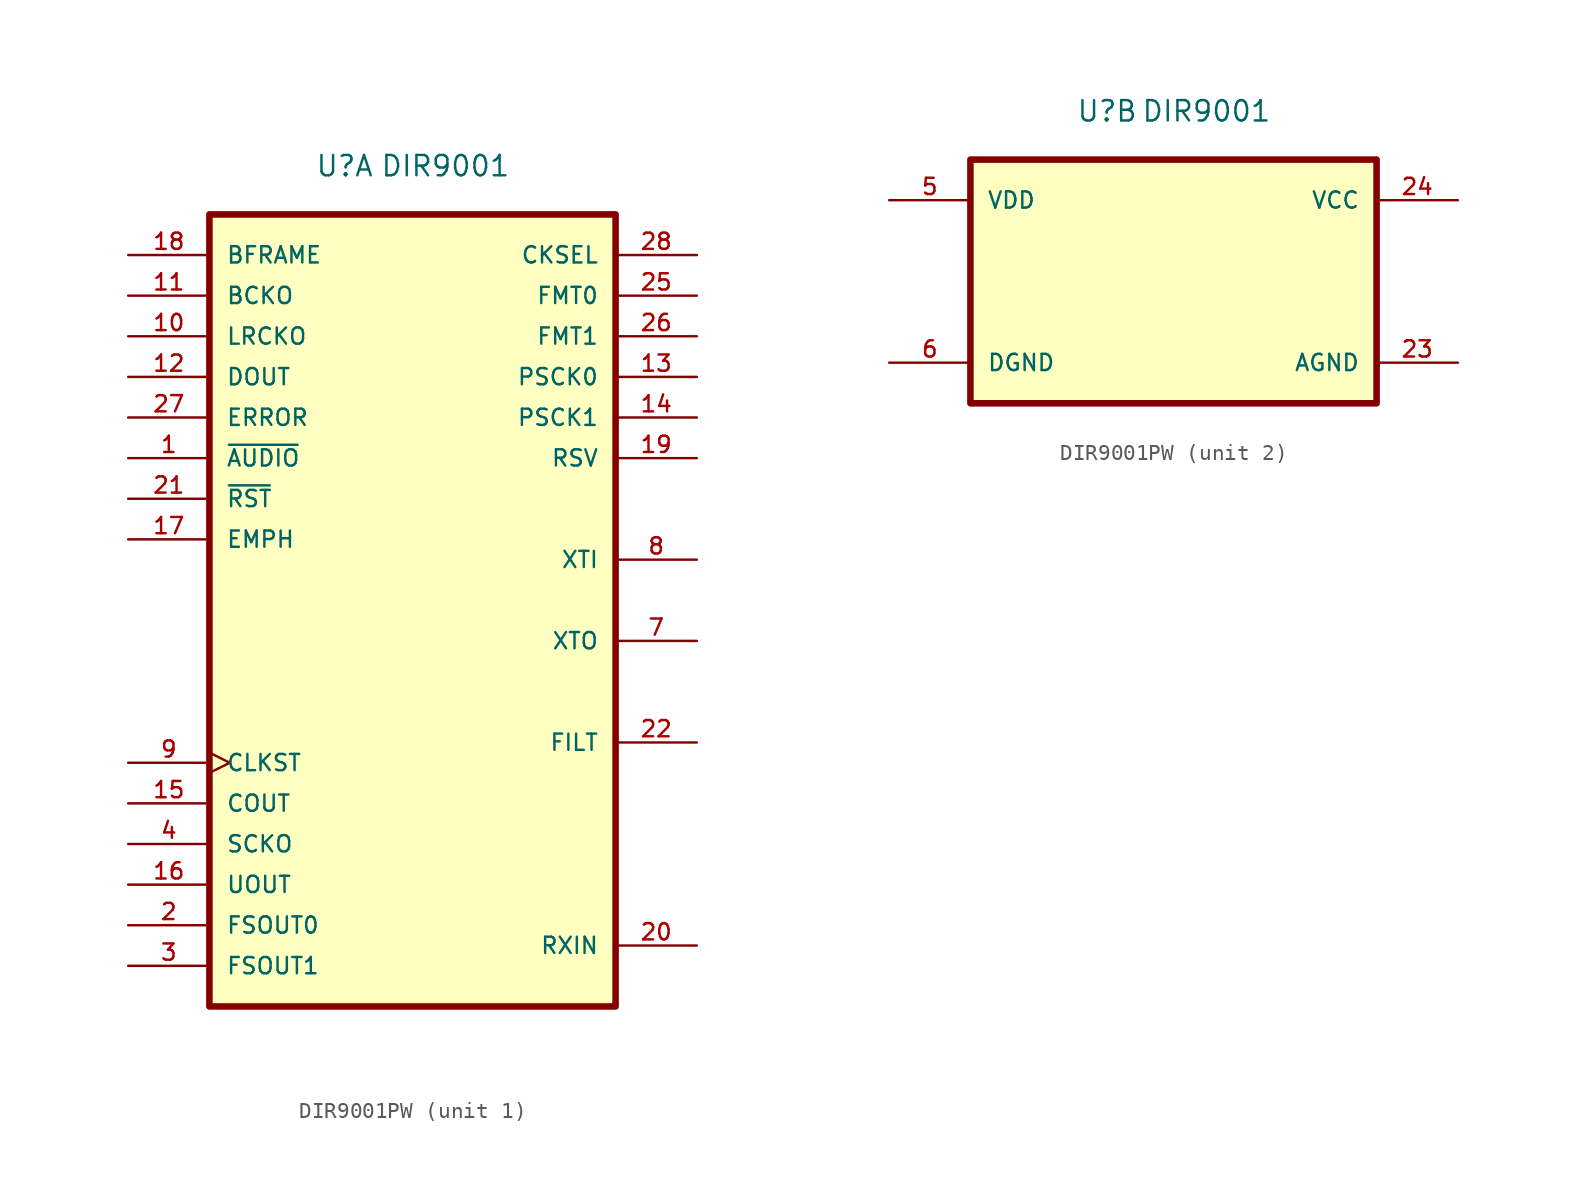
<source format=kicad_sym>
(kicad_symbol_lib
  (version 20231120)
  (generator "kicad_symbol_editor")
  (generator_version "8.0")
  (symbol "DIR9001PW"
    (pin_names
      (offset 1.016))
    (property "Reference" "U"
      (at -6.096 2.286 0)
      (effects (font (size 1.27 1.27)) (justify left bottom)))
    (property "Value" "DIR9001"
      (at -2.032 2.286 0)
      (effects (font (size 1.27 1.27)) (justify left bottom)))
    (property "ki_locked" ""
      (at 0 0 0)
      (effects (font (size 1.27 1.27))))
    (symbol "DIR9001PW_1_0"
      (rectangle (start -12.7 0) (end 12.7 -49.53) (stroke (width 0.41) (type default)) (fill (type background)))
      (pin output line (at -17.78 -15.24 0) (length 5.08) (name "~{AUDIO}" (effects (font (size 1.016 1.016)))) (number "1" (effects (font (size 1.016 1.016)))))
      (pin output line (at -17.78 -7.62 0) (length 5.08) (name "LRCKO" (effects (font (size 1.016 1.016)))) (number "10" (effects (font (size 1.016 1.016)))))
      (pin output line (at -17.78 -5.08 0) (length 5.08) (name "BCKO" (effects (font (size 1.016 1.016)))) (number "11" (effects (font (size 1.016 1.016)))))
      (pin output line (at -17.78 -10.16 0) (length 5.08) (name "DOUT" (effects (font (size 1.016 1.016)))) (number "12" (effects (font (size 1.016 1.016)))))
      (pin input line (at 17.78 -10.16 180) (length 5.08) (name "PSCK0" (effects (font (size 1.016 1.016)))) (number "13" (effects (font (size 1.016 1.016)))))
      (pin input line (at 17.78 -12.7 180) (length 5.08) (name "PSCK1" (effects (font (size 1.016 1.016)))) (number "14" (effects (font (size 1.016 1.016)))))
      (pin output line (at -17.78 -36.83 0) (length 5.08) (name "COUT" (effects (font (size 1.016 1.016)))) (number "15" (effects (font (size 1.016 1.016)))))
      (pin output line (at -17.78 -41.91 0) (length 5.08) (name "UOUT" (effects (font (size 1.016 1.016)))) (number "16" (effects (font (size 1.016 1.016)))))
      (pin output line (at -17.78 -20.32 0) (length 5.08) (name "EMPH" (effects (font (size 1.016 1.016)))) (number "17" (effects (font (size 1.016 1.016)))))
      (pin output line (at -17.78 -2.54 0) (length 5.08) (name "BFRAME" (effects (font (size 1.016 1.016)))) (number "18" (effects (font (size 1.016 1.016)))))
      (pin input line (at 17.78 -15.24 180) (length 5.08) (name "RSV" (effects (font (size 1.016 1.016)))) (number "19" (effects (font (size 1.016 1.016)))))
      (pin output line (at -17.78 -44.45 0) (length 5.08) (name "FSOUT0" (effects (font (size 1.016 1.016)))) (number "2" (effects (font (size 1.016 1.016)))))
      (pin input line (at 17.78 -45.72 180) (length 5.08) (name "RXIN" (effects (font (size 1.016 1.016)))) (number "20" (effects (font (size 1.016 1.016)))))
      (pin input line (at -17.78 -17.78 0) (length 5.08) (name "~{RST}" (effects (font (size 1.016 1.016)))) (number "21" (effects (font (size 1.016 1.016)))))
      (pin input line (at 17.78 -33.02 180) (length 5.08) (name "FILT" (effects (font (size 1.016 1.016)))) (number "22" (effects (font (size 1.016 1.016)))))
      (pin input line (at 17.78 -5.08 180) (length 5.08) (name "FMT0" (effects (font (size 1.016 1.016)))) (number "25" (effects (font (size 1.016 1.016)))))
      (pin input line (at 17.78 -7.62 180) (length 5.08) (name "FMT1" (effects (font (size 1.016 1.016)))) (number "26" (effects (font (size 1.016 1.016)))))
      (pin output line (at -17.78 -12.7 0) (length 5.08) (name "ERROR" (effects (font (size 1.016 1.016)))) (number "27" (effects (font (size 1.016 1.016)))))
      (pin input line (at 17.78 -2.54 180) (length 5.08) (name "CKSEL" (effects (font (size 1.016 1.016)))) (number "28" (effects (font (size 1.016 1.016)))))
      (pin output line (at -17.78 -46.99 0) (length 5.08) (name "FSOUT1" (effects (font (size 1.016 1.016)))) (number "3" (effects (font (size 1.016 1.016)))))
      (pin output line (at -17.78 -39.37 0) (length 5.08) (name "SCKO" (effects (font (size 1.016 1.016)))) (number "4" (effects (font (size 1.016 1.016)))))
      (pin output line (at 17.78 -26.67 180) (length 5.08) (name "XTO" (effects (font (size 1.016 1.016)))) (number "7" (effects (font (size 1.016 1.016)))))
      (pin input line (at 17.78 -21.59 180) (length 5.08) (name "XTI" (effects (font (size 1.016 1.016)))) (number "8" (effects (font (size 1.016 1.016)))))
      (pin output clock (at -17.78 -34.29 0) (length 5.08) (name "CLKST" (effects (font (size 1.016 1.016)))) (number "9" (effects (font (size 1.016 1.016))))))
    (symbol "DIR9001PW_2_0"
      (rectangle (start -12.7 0) (end 12.7 -15.24) (stroke (width 0.41) (type default)) (fill (type background)))
      (pin power_in line (at 17.78 -12.7 180) (length 5.08) (name "AGND" (effects (font (size 1.016 1.016)))) (number "23" (effects (font (size 1.016 1.016)))))
      (pin power_in line (at 17.78 -2.54 180) (length 5.08) (name "VCC" (effects (font (size 1.016 1.016)))) (number "24" (effects (font (size 1.016 1.016)))))
      (pin power_in line (at -17.78 -2.54 0) (length 5.08) (name "VDD" (effects (font (size 1.016 1.016)))) (number "5" (effects (font (size 1.016 1.016)))))
      (pin power_in line (at -17.78 -12.7 0) (length 5.08) (name "DGND" (effects (font (size 1.016 1.016)))) (number "6" (effects (font (size 1.016 1.016))))))))
</source>
